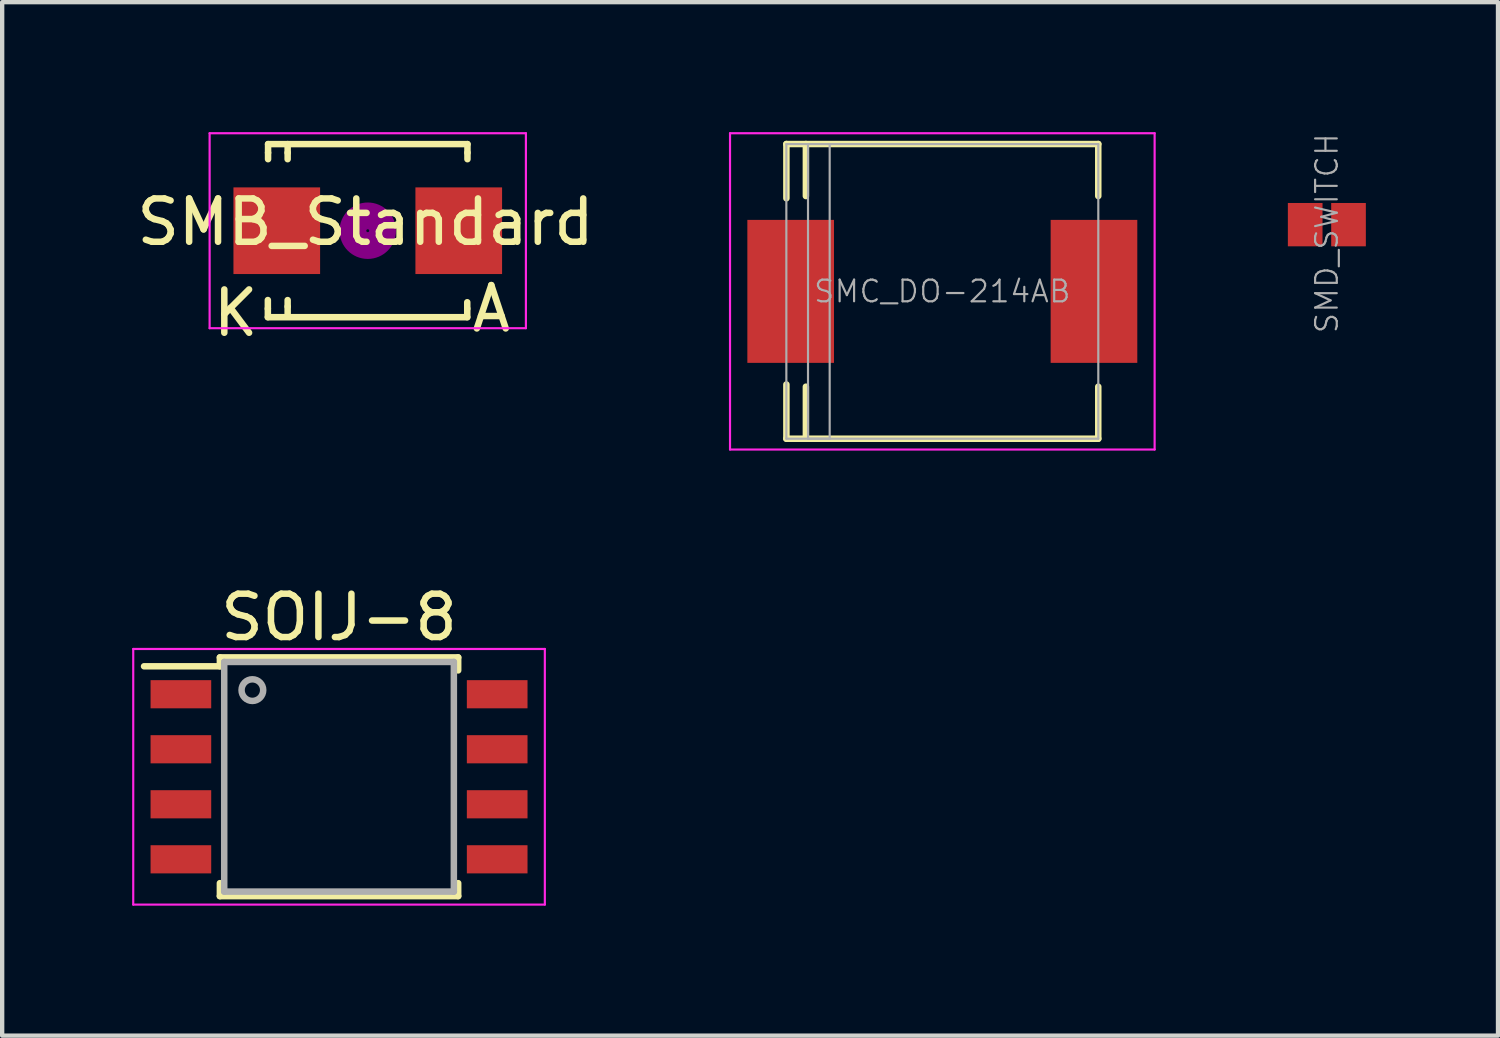
<source format=kicad_pcb>
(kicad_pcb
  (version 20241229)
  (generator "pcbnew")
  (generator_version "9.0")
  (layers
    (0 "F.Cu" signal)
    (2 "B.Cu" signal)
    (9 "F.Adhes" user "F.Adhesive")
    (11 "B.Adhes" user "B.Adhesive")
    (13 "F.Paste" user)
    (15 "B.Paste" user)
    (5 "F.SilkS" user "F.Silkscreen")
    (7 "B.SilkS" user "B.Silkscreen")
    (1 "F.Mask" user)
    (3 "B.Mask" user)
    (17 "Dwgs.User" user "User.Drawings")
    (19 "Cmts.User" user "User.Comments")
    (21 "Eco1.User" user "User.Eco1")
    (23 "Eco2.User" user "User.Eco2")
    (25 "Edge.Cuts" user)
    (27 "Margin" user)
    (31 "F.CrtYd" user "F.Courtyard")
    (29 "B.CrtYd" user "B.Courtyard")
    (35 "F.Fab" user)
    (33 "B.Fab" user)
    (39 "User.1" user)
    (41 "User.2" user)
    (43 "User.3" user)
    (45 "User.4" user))
  (footprint "SMB_Standard"
    (layer "F.Cu")
    (at 5.438 2.275)
    (property "Reference" "SMB_Standard" (at -0.051 -0.2 0) (layer "F.SilkS") (effects (font (size 1 1) (thickness 0.15))))
    (attr smd)
    (fp_line (start -2.306 1.8) (end -2.306 1.6) (stroke (width 0.15) (type solid)) (layer "F.SilkS"))
    (fp_line (start -2.306 1.996) (end -2.306 1.798) (stroke (width 0.15) (type solid)) (layer "F.SilkS"))
    (fp_line (start -2.306 1.996) (end 2.296 1.996) (stroke (width 0.15) (type solid)) (layer "F.SilkS"))
    (fp_line (start -2.301 -1.999) (end -2.301 -1.801) (stroke (width 0.15) (type solid)) (layer "F.SilkS"))
    (fp_line (start -2.301 -1.999) (end 2.301 -1.999) (stroke (width 0.15) (type solid)) (layer "F.SilkS"))
    (fp_line (start -2.301 -1.8) (end -2.301 -1.651) (stroke (width 0.15) (type solid)) (layer "F.SilkS"))
    (fp_line (start -1.849 -1.999) (end -1.849 -1.801) (stroke (width 0.15) (type solid)) (layer "F.SilkS"))
    (fp_line (start -1.849 -1.8) (end -1.849 -1.651) (stroke (width 0.15) (type solid)) (layer "F.SilkS"))
    (fp_line (start -1.849 1.75) (end -1.849 1.601) (stroke (width 0.15) (type solid)) (layer "F.SilkS"))
    (fp_line (start -1.849 1.949) (end -1.849 1.751) (stroke (width 0.15) (type solid)) (layer "F.SilkS"))
    (fp_line (start 2.296 1.8) (end 2.296 1.651) (stroke (width 0.15) (type solid)) (layer "F.SilkS"))
    (fp_line (start 2.296 1.996) (end 2.296 1.798) (stroke (width 0.15) (type solid)) (layer "F.SilkS"))
    (fp_line (start 2.301 -1.999) (end 2.301 -1.801) (stroke (width 0.15) (type solid)) (layer "F.SilkS"))
    (fp_line (start 2.301 -1.8) (end 2.301 -1.651) (stroke (width 0.15) (type solid)) (layer "F.SilkS"))
    (fp_circle (center 0 0) (end 0.201 0.099) (stroke (width 0.381) (type solid)) (fill no) (layer "F.Adhes"))
    (fp_circle (center 0 0) (end 0.45 0.099) (stroke (width 0.381) (type solid)) (fill no) (layer "F.Adhes"))
    (fp_line (start -3.65 -2.25) (end 3.65 -2.25) (stroke (width 0.05) (type solid)) (layer "F.CrtYd"))
    (fp_line (start -3.65 2.25) (end -3.65 -2.25) (stroke (width 0.05) (type solid)) (layer "F.CrtYd"))
    (fp_line (start 3.65 -2.25) (end 3.65 2.25) (stroke (width 0.05) (type solid)) (layer "F.CrtYd"))
    (fp_line (start 3.65 2.25) (end -3.65 2.25) (stroke (width 0.05) (type solid)) (layer "F.CrtYd"))
    (fp_text user "K" (at -3.049 1.9 0) (layer "F.SilkS") (effects (font (size 1 1) (thickness 0.15))))
    (fp_text user "A" (at 2.851 1.8 0) (layer "F.SilkS") (effects (font (size 1 1) (thickness 0.15))))
    (pad "1" smd rect (at -2.1 0) (size 2 2) (layers "F.Cu" "F.Mask" "F.Paste"))
    (pad "2" smd rect (at 2.1 0) (size 2 2) (layers "F.Cu" "F.Mask" "F.Paste")))
  (footprint "SOIJ-8"
    (layer "F.Cu")
    (at 4.775 14.878)
    (property "Reference" "SOIJ-8" (at 0 -3.68 0) (layer "F.SilkS") (effects (font (size 1 1) (thickness 0.15))))
    (attr smd)
    (fp_line (start -2.75 -2.755) (end -2.75 -2.55) (stroke (width 0.15) (type solid)) (layer "F.SilkS"))
    (fp_line (start -2.75 -2.755) (end 2.75 -2.755) (stroke (width 0.15) (type solid)) (layer "F.SilkS"))
    (fp_line (start -2.75 -2.55) (end -4.5 -2.55) (stroke (width 0.15) (type solid)) (layer "F.SilkS"))
    (fp_line (start -2.75 2.755) (end -2.75 2.455) (stroke (width 0.15) (type solid)) (layer "F.SilkS"))
    (fp_line (start -2.75 2.755) (end 2.75 2.755) (stroke (width 0.15) (type solid)) (layer "F.SilkS"))
    (fp_line (start 2.75 -2.755) (end 2.75 -2.455) (stroke (width 0.15) (type solid)) (layer "F.SilkS"))
    (fp_line (start 2.75 2.755) (end 2.75 2.455) (stroke (width 0.15) (type solid)) (layer "F.SilkS"))
    (fp_line (start -4.75 -2.95) (end -4.75 2.95) (stroke (width 0.05) (type solid)) (layer "F.CrtYd"))
    (fp_line (start -4.75 -2.95) (end 4.75 -2.95) (stroke (width 0.05) (type solid)) (layer "F.CrtYd"))
    (fp_line (start -4.75 2.95) (end 4.75 2.95) (stroke (width 0.05) (type solid)) (layer "F.CrtYd"))
    (fp_line (start 4.75 -2.95) (end 4.75 2.95) (stroke (width 0.05) (type solid)) (layer "F.CrtYd"))
    (fp_line (start -2.65 -2.65) (end 2.65 -2.65) (stroke (width 0.15) (type solid)) (layer "F.Fab"))
    (fp_line (start -2.65 2.65) (end -2.65 -2.65) (stroke (width 0.15) (type solid)) (layer "F.Fab"))
    (fp_line (start 2.65 -2.65) (end 2.65 2.65) (stroke (width 0.15) (type solid)) (layer "F.Fab"))
    (fp_line (start 2.65 2.65) (end -2.65 2.65) (stroke (width 0.15) (type solid)) (layer "F.Fab"))
    (fp_circle (center -2 -2) (end -2.25 -2) (stroke (width 0.15) (type solid)) (fill no) (layer "F.Fab"))
    (pad "1" smd rect (at -3.65 -1.905) (size 1.4 0.65) (layers "F.Cu" "F.Mask" "F.Paste"))
    (pad "2" smd rect (at -3.65 -0.635) (size 1.4 0.65) (layers "F.Cu" "F.Mask" "F.Paste"))
    (pad "3" smd rect (at -3.65 0.635) (size 1.4 0.65) (layers "F.Cu" "F.Mask" "F.Paste"))
    (pad "4" smd rect (at -3.65 1.905) (size 1.4 0.65) (layers "F.Cu" "F.Mask" "F.Paste"))
    (pad "5" smd rect (at 3.65 1.905) (size 1.4 0.65) (layers "F.Cu" "F.Mask" "F.Paste"))
    (pad "6" smd rect (at 3.65 0.635) (size 1.4 0.65) (layers "F.Cu" "F.Mask" "F.Paste"))
    (pad "7" smd rect (at 3.65 -0.635) (size 1.4 0.65) (layers "F.Cu" "F.Mask" "F.Paste"))
    (pad "8" smd rect (at 3.65 -1.905) (size 1.4 0.65) (layers "F.Cu" "F.Mask" "F.Paste")))
  (footprint "SMD_SWITCH"
    (layer "F.Cu")
    (at 27.574 2.135)
    (property "Reference" "SMD_SWITCH" (at 0 0.2 270) (layer "F.Fab") (effects (font (size 0.5 0.5) (thickness 0.05))))
    (attr through_hole)
    (pad "" smd rect (at 0 0) (size 1.9 1.1) (layers "F.Mask"))
    (pad "1" smd rect (at -0.5 0) (size 0.8 1) (layers "F.Cu" "F.Mask"))
    (pad "2" smd rect (at 0.5 0) (size 0.8 1) (layers "F.Cu" "F.Mask")))
  (footprint "SMC_DO-214AB"
    (layer "F.Cu")
    (at 18.699 3.675)
    (property "Reference" "SMC_DO-214AB" (at -0.001 0 0) (layer "F.Fab") (effects (font (size 0.5 0.5) (thickness 0.05))))
    (attr smd)
    (fp_line (start -3.599 -3.401) (end -3.599 -2.149) (stroke (width 0.15) (type solid)) (layer "F.SilkS"))
    (fp_line (start -3.599 -3.401) (end 3.599 -3.401) (stroke (width 0.15) (type solid)) (layer "F.SilkS"))
    (fp_line (start -3.599 3.401) (end -3.599 2.149) (stroke (width 0.15) (type solid)) (layer "F.SilkS"))
    (fp_line (start -3.599 3.401) (end 3.599 3.401) (stroke (width 0.15) (type solid)) (layer "F.SilkS"))
    (fp_line (start -3.149 -3.401) (end -3.149 -2.2) (stroke (width 0.15) (type solid)) (layer "F.SilkS"))
    (fp_line (start -3.149 3.401) (end -3.149 2.2) (stroke (width 0.15) (type solid)) (layer "F.SilkS"))
    (fp_line (start 3.599 -3.401) (end 3.599 -2.2) (stroke (width 0.15) (type solid)) (layer "F.SilkS"))
    (fp_line (start 3.599 3.401) (end 3.599 2.2) (stroke (width 0.15) (type solid)) (layer "F.SilkS"))
    (fp_line (start -4.9 -3.65) (end 4.9 -3.65) (stroke (width 0.05) (type solid)) (layer "F.CrtYd"))
    (fp_line (start -4.9 3.65) (end -4.9 -3.65) (stroke (width 0.05) (type solid)) (layer "F.CrtYd"))
    (fp_line (start 4.9 -3.65) (end 4.9 3.65) (stroke (width 0.05) (type solid)) (layer "F.CrtYd"))
    (fp_line (start 4.9 3.65) (end -4.9 3.65) (stroke (width 0.05) (type solid)) (layer "F.CrtYd"))
    (fp_line (start -3.6 -3.4) (end 3.6 -3.4) (stroke (width 0.05) (type solid)) (layer "F.Fab"))
    (fp_line (start -3.6 3.4) (end -3.6 -3.4) (stroke (width 0.05) (type solid)) (layer "F.Fab"))
    (fp_line (start -3.1 -3.4) (end -3.1 3.4) (stroke (width 0.05) (type solid)) (layer "F.Fab"))
    (fp_line (start -3.1 3.4) (end -2.6 3.4) (stroke (width 0.05) (type solid)) (layer "F.Fab"))
    (fp_line (start -2.6 3.4) (end -2.6 -3.4) (stroke (width 0.05) (type solid)) (layer "F.Fab"))
    (fp_line (start 3.6 -3.4) (end 3.6 3.4) (stroke (width 0.05) (type solid)) (layer "F.Fab"))
    (fp_line (start 3.6 3.4) (end -3.6 3.4) (stroke (width 0.05) (type solid)) (layer "F.Fab"))
    (pad "1" smd rect (at -3.5 0 90) (size 3.3 2) (layers "F.Cu" "F.Mask" "F.Paste"))
    (pad "2" smd rect (at 3.5 0 90) (size 3.3 2) (layers "F.Cu" "F.Mask" "F.Paste")))
  (gr_rect
    (start -3 -3)
    (end 31.524 20.853)
    (stroke (width 0.1) (type default))
    (fill no)
    (layer "Edge.Cuts")))
</source>
